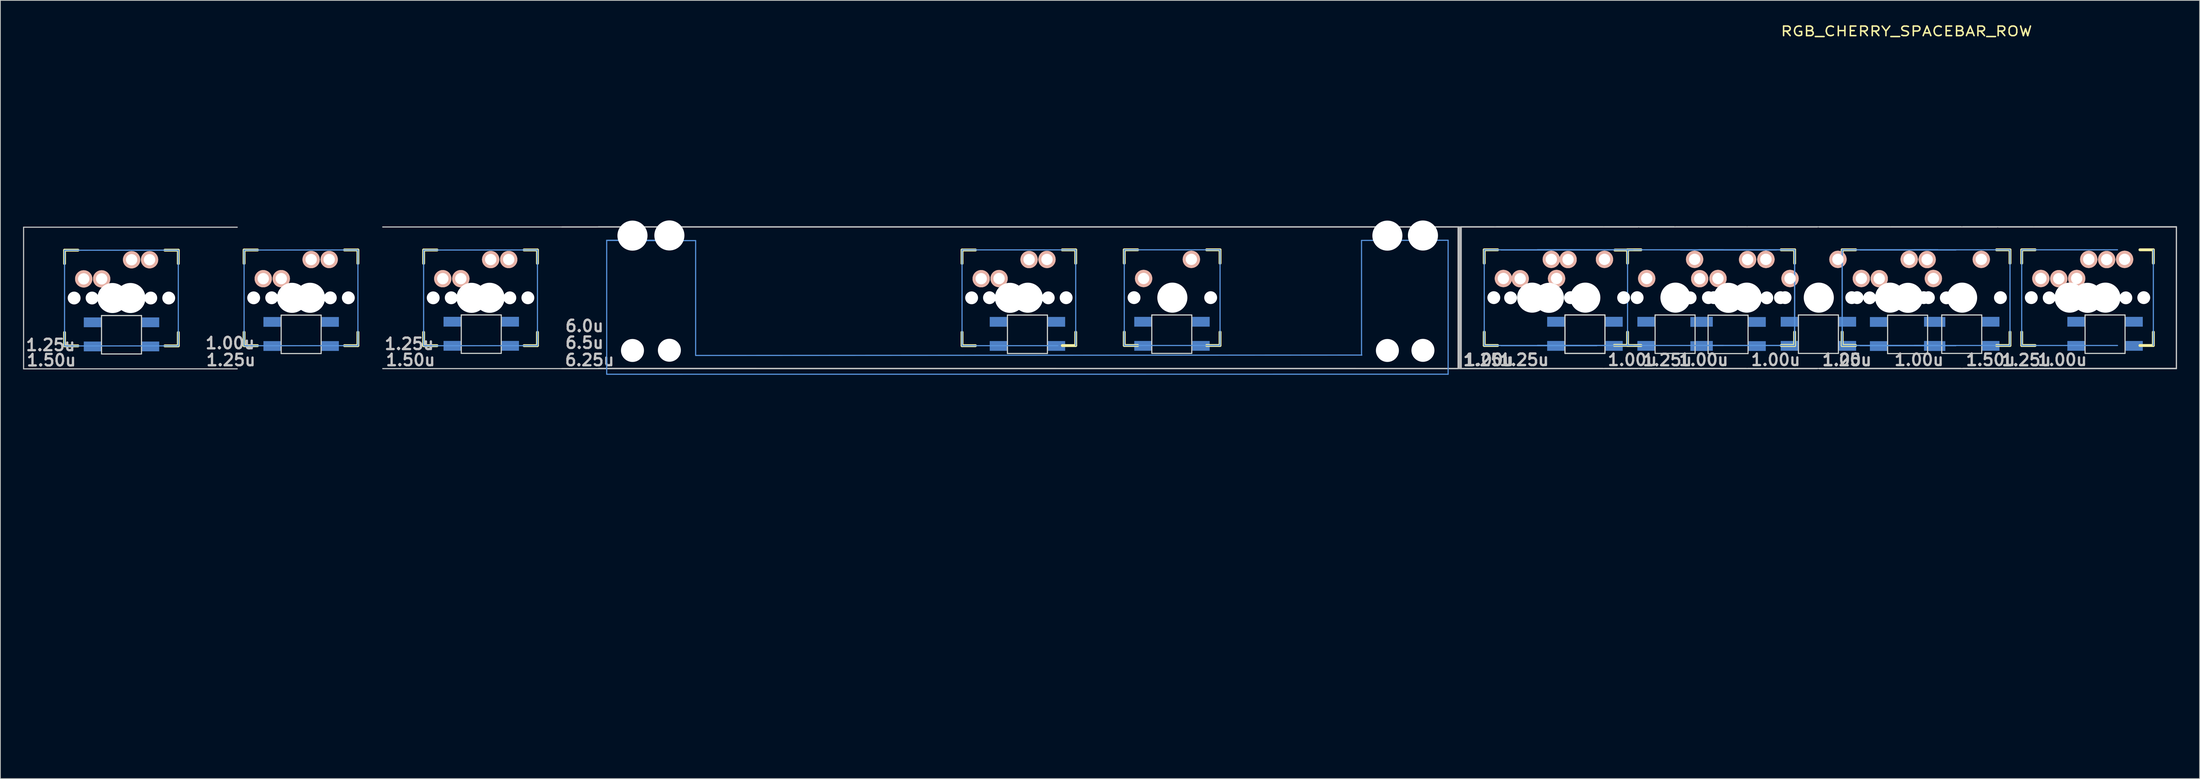
<source format=kicad_pcb>
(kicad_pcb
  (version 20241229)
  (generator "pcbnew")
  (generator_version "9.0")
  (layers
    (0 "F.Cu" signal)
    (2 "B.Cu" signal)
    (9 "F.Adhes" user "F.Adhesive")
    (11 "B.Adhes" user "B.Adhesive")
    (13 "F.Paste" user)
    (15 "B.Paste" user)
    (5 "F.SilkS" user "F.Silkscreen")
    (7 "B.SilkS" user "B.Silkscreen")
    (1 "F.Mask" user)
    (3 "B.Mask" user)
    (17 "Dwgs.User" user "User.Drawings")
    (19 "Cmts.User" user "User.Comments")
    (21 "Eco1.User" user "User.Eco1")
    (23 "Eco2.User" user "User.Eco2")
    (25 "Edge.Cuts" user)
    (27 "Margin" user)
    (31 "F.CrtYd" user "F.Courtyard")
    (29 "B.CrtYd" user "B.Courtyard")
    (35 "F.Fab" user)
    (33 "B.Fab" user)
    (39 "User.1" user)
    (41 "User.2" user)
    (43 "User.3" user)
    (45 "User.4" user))
  (footprint "RGB_CHERRY_SPACEBAR_ROW"
    (layer "F.Cu")
    (at 188.627 97.035)
    (property "Reference" "RGB_CHERRY_SPACEBAR_ROW" (at 61.055 -95.935 0) (layer "F.SilkS") (effects (font (size 1.27 1.524) (thickness 0.203))))
    (attr through_hole)
    (fp_line (start -183.12 -66.885) (end -181.342 -66.885) (stroke (width 0.381) (type solid)) (layer "F.SilkS"))
    (fp_line (start -183.12 -65.107) (end -183.12 -66.885) (stroke (width 0.381) (type solid)) (layer "F.SilkS"))
    (fp_line (start -183.12 -54.185) (end -183.12 -55.963) (stroke (width 0.381) (type solid)) (layer "F.SilkS"))
    (fp_line (start -181.342 -54.185) (end -183.12 -54.185) (stroke (width 0.381) (type solid)) (layer "F.SilkS"))
    (fp_line (start -169.818 -66.885) (end -168.04 -66.885) (stroke (width 0.381) (type solid)) (layer "F.SilkS"))
    (fp_line (start -168.04 -66.885) (end -168.04 -65.107) (stroke (width 0.381) (type solid)) (layer "F.SilkS"))
    (fp_line (start -168.04 -55.963) (end -168.04 -54.185) (stroke (width 0.381) (type solid)) (layer "F.SilkS"))
    (fp_line (start -168.04 -54.185) (end -169.818 -54.185) (stroke (width 0.381) (type solid)) (layer "F.SilkS"))
    (fp_line (start -159.32 -66.91) (end -157.542 -66.91) (stroke (width 0.381) (type solid)) (layer "F.SilkS"))
    (fp_line (start -159.32 -65.132) (end -159.32 -66.91) (stroke (width 0.381) (type solid)) (layer "F.SilkS"))
    (fp_line (start -159.32 -54.21) (end -159.32 -55.988) (stroke (width 0.381) (type solid)) (layer "F.SilkS"))
    (fp_line (start -157.542 -54.21) (end -159.32 -54.21) (stroke (width 0.381) (type solid)) (layer "F.SilkS"))
    (fp_line (start -146.008 -66.915) (end -144.23 -66.915) (stroke (width 0.381) (type solid)) (layer "F.SilkS"))
    (fp_line (start -144.23 -66.915) (end -144.23 -65.137) (stroke (width 0.381) (type solid)) (layer "F.SilkS"))
    (fp_line (start -144.23 -55.993) (end -144.23 -54.215) (stroke (width 0.381) (type solid)) (layer "F.SilkS"))
    (fp_line (start -144.23 -54.215) (end -146.008 -54.215) (stroke (width 0.381) (type solid)) (layer "F.SilkS"))
    (fp_line (start -135.52 -66.91) (end -133.742 -66.91) (stroke (width 0.381) (type solid)) (layer "F.SilkS"))
    (fp_line (start -135.52 -65.132) (end -135.52 -66.91) (stroke (width 0.381) (type solid)) (layer "F.SilkS"))
    (fp_line (start -135.52 -54.21) (end -135.52 -55.988) (stroke (width 0.381) (type solid)) (layer "F.SilkS"))
    (fp_line (start -133.742 -54.21) (end -135.52 -54.21) (stroke (width 0.381) (type solid)) (layer "F.SilkS"))
    (fp_line (start -122.208 -66.915) (end -120.43 -66.915) (stroke (width 0.381) (type solid)) (layer "F.SilkS"))
    (fp_line (start -120.43 -66.915) (end -120.43 -65.137) (stroke (width 0.381) (type solid)) (layer "F.SilkS"))
    (fp_line (start -120.43 -55.993) (end -120.43 -54.215) (stroke (width 0.381) (type solid)) (layer "F.SilkS"))
    (fp_line (start -120.43 -54.215) (end -122.208 -54.215) (stroke (width 0.381) (type solid)) (layer "F.SilkS"))
    (fp_line (start -64.145 -66.91) (end -62.367 -66.91) (stroke (width 0.381) (type solid)) (layer "F.SilkS"))
    (fp_line (start -64.145 -65.132) (end -64.145 -66.91) (stroke (width 0.381) (type solid)) (layer "F.SilkS"))
    (fp_line (start -64.145 -54.21) (end -64.145 -55.988) (stroke (width 0.381) (type solid)) (layer "F.SilkS"))
    (fp_line (start -62.367 -54.21) (end -64.145 -54.21) (stroke (width 0.381) (type solid)) (layer "F.SilkS"))
    (fp_line (start -50.853 -66.925) (end -49.075 -66.925) (stroke (width 0.381) (type solid)) (layer "F.SilkS"))
    (fp_line (start -49.075 -66.925) (end -49.075 -65.147) (stroke (width 0.381) (type solid)) (layer "F.SilkS"))
    (fp_line (start -49.075 -56.003) (end -49.075 -54.225) (stroke (width 0.381) (type solid)) (layer "F.SilkS"))
    (fp_line (start -49.075 -54.225) (end -50.853 -54.225) (stroke (width 0.381) (type solid)) (layer "F.SilkS"))
    (fp_line (start -42.64 -66.935) (end -40.862 -66.935) (stroke (width 0.381) (type solid)) (layer "F.SilkS"))
    (fp_line (start -42.64 -65.157) (end -42.64 -66.935) (stroke (width 0.381) (type solid)) (layer "F.SilkS"))
    (fp_line (start -42.64 -54.235) (end -42.64 -56.013) (stroke (width 0.381) (type solid)) (layer "F.SilkS"))
    (fp_line (start -40.862 -54.235) (end -42.64 -54.235) (stroke (width 0.381) (type solid)) (layer "F.SilkS"))
    (fp_line (start -31.718 -66.935) (end -29.94 -66.935) (stroke (width 0.381) (type solid)) (layer "F.SilkS"))
    (fp_line (start -29.94 -66.935) (end -29.94 -65.157) (stroke (width 0.381) (type solid)) (layer "F.SilkS"))
    (fp_line (start -29.94 -56.013) (end -29.94 -54.235) (stroke (width 0.381) (type solid)) (layer "F.SilkS"))
    (fp_line (start -29.94 -54.235) (end -31.718 -54.235) (stroke (width 0.381) (type solid)) (layer "F.SilkS"))
    (fp_line (start 5.08 -66.935) (end 6.858 -66.935) (stroke (width 0.381) (type solid)) (layer "F.SilkS"))
    (fp_line (start 5.08 -65.157) (end 5.08 -66.935) (stroke (width 0.381) (type solid)) (layer "F.SilkS"))
    (fp_line (start 5.08 -54.235) (end 5.08 -56.013) (stroke (width 0.381) (type solid)) (layer "F.SilkS"))
    (fp_line (start 6.858 -54.235) (end 5.08 -54.235) (stroke (width 0.381) (type solid)) (layer "F.SilkS"))
    (fp_line (start 22.4 -66.9) (end 24.178 -66.9) (stroke (width 0.381) (type solid)) (layer "F.SilkS"))
    (fp_line (start 24.08 -66.935) (end 25.858 -66.935) (stroke (width 0.381) (type solid)) (layer "F.SilkS"))
    (fp_line (start 24.08 -65.157) (end 24.08 -66.935) (stroke (width 0.381) (type solid)) (layer "F.SilkS"))
    (fp_line (start 24.08 -54.235) (end 24.08 -56.013) (stroke (width 0.381) (type solid)) (layer "F.SilkS"))
    (fp_line (start 24.103 -54.25) (end 22.325 -54.25) (stroke (width 0.381) (type solid)) (layer "F.SilkS"))
    (fp_line (start 25.858 -54.235) (end 24.08 -54.235) (stroke (width 0.381) (type solid)) (layer "F.SilkS"))
    (fp_line (start 44.452 -66.935) (end 46.23 -66.935) (stroke (width 0.381) (type solid)) (layer "F.SilkS"))
    (fp_line (start 44.452 -66.935) (end 46.23 -66.935) (stroke (width 0.381) (type solid)) (layer "F.SilkS"))
    (fp_line (start 46.23 -66.935) (end 46.23 -65.157) (stroke (width 0.381) (type solid)) (layer "F.SilkS"))
    (fp_line (start 46.23 -66.935) (end 46.23 -65.157) (stroke (width 0.381) (type solid)) (layer "F.SilkS"))
    (fp_line (start 46.23 -56.013) (end 46.23 -54.235) (stroke (width 0.381) (type solid)) (layer "F.SilkS"))
    (fp_line (start 46.23 -56.013) (end 46.23 -54.235) (stroke (width 0.381) (type solid)) (layer "F.SilkS"))
    (fp_line (start 46.23 -54.235) (end 44.452 -54.235) (stroke (width 0.381) (type solid)) (layer "F.SilkS"))
    (fp_line (start 46.23 -54.235) (end 44.452 -54.235) (stroke (width 0.381) (type solid)) (layer "F.SilkS"))
    (fp_line (start 52.53 -66.935) (end 54.308 -66.935) (stroke (width 0.381) (type solid)) (layer "F.SilkS"))
    (fp_line (start 52.53 -66.935) (end 54.308 -66.935) (stroke (width 0.381) (type solid)) (layer "F.SilkS"))
    (fp_line (start 52.53 -65.157) (end 52.53 -66.935) (stroke (width 0.381) (type solid)) (layer "F.SilkS"))
    (fp_line (start 52.53 -65.157) (end 52.53 -66.935) (stroke (width 0.381) (type solid)) (layer "F.SilkS"))
    (fp_line (start 52.53 -54.235) (end 52.53 -56.013) (stroke (width 0.381) (type solid)) (layer "F.SilkS"))
    (fp_line (start 52.53 -54.235) (end 52.53 -56.013) (stroke (width 0.381) (type solid)) (layer "F.SilkS"))
    (fp_line (start 54.308 -54.235) (end 52.53 -54.235) (stroke (width 0.381) (type solid)) (layer "F.SilkS"))
    (fp_line (start 54.308 -54.235) (end 52.53 -54.235) (stroke (width 0.381) (type solid)) (layer "F.SilkS"))
    (fp_line (start 73.002 -66.935) (end 74.78 -66.935) (stroke (width 0.381) (type solid)) (layer "F.SilkS"))
    (fp_line (start 74.78 -66.935) (end 74.78 -65.157) (stroke (width 0.381) (type solid)) (layer "F.SilkS"))
    (fp_line (start 74.78 -56.013) (end 74.78 -54.235) (stroke (width 0.381) (type solid)) (layer "F.SilkS"))
    (fp_line (start 74.78 -54.235) (end 73.002 -54.235) (stroke (width 0.381) (type solid)) (layer "F.SilkS"))
    (fp_line (start 76.33 -66.935) (end 78.108 -66.935) (stroke (width 0.381) (type solid)) (layer "F.SilkS"))
    (fp_line (start 76.33 -65.157) (end 76.33 -66.935) (stroke (width 0.381) (type solid)) (layer "F.SilkS"))
    (fp_line (start 76.33 -54.235) (end 76.33 -56.013) (stroke (width 0.381) (type solid)) (layer "F.SilkS"))
    (fp_line (start 78.108 -54.235) (end 76.33 -54.235) (stroke (width 0.381) (type solid)) (layer "F.SilkS"))
    (fp_line (start 92.002 -66.935) (end 93.78 -66.935) (stroke (width 0.381) (type solid)) (layer "F.SilkS"))
    (fp_line (start 93.78 -66.935) (end 93.78 -65.157) (stroke (width 0.381) (type solid)) (layer "F.SilkS"))
    (fp_line (start 93.78 -56.013) (end 93.78 -54.235) (stroke (width 0.381) (type solid)) (layer "F.SilkS"))
    (fp_line (start 93.78 -54.235) (end 92.002 -54.235) (stroke (width 0.381) (type solid)) (layer "F.SilkS"))
    (fp_line (start -188.55 -69.933) (end -160.23 -69.933) (stroke (width 0.152) (type solid)) (layer "Dwgs.User"))
    (fp_line (start -188.55 -51.137) (end -188.55 -69.933) (stroke (width 0.152) (type solid)) (layer "Dwgs.User"))
    (fp_line (start -160.23 -51.137) (end -188.55 -51.137) (stroke (width 0.152) (type solid)) (layer "Dwgs.User"))
    (fp_line (start -140.94 -69.963) (end -112.62 -69.963) (stroke (width 0.152) (type solid)) (layer "Dwgs.User"))
    (fp_line (start -117.201 -69.958) (end 1.611 -69.958) (stroke (width 0.152) (type solid)) (layer "Dwgs.User"))
    (fp_line (start -117.172 -69.973) (end 6.322 -69.973) (stroke (width 0.152) (type solid)) (layer "Dwgs.User"))
    (fp_line (start -112.62 -51.167) (end -140.94 -51.167) (stroke (width 0.152) (type solid)) (layer "Dwgs.User"))
    (fp_line (start -112.349 -69.983) (end 1.71 -69.983) (stroke (width 0.152) (type solid)) (layer "Dwgs.User"))
    (fp_line (start 1.611 -69.958) (end 1.611 -51.162) (stroke (width 0.152) (type solid)) (layer "Dwgs.User"))
    (fp_line (start 1.611 -51.162) (end -117.201 -51.162) (stroke (width 0.152) (type solid)) (layer "Dwgs.User"))
    (fp_line (start 1.71 -69.983) (end 1.71 -51.187) (stroke (width 0.152) (type solid)) (layer "Dwgs.User"))
    (fp_line (start 1.71 -51.187) (end -112.35 -51.195) (stroke (width 0.152) (type solid)) (layer "Dwgs.User"))
    (fp_line (start 1.874 -69.958) (end 25.436 -69.958) (stroke (width 0.152) (type solid)) (layer "Dwgs.User"))
    (fp_line (start 1.874 -51.162) (end 1.874 -69.958) (stroke (width 0.152) (type solid)) (layer "Dwgs.User"))
    (fp_line (start 1.919 -69.983) (end 30.241 -69.983) (stroke (width 0.152) (type solid)) (layer "Dwgs.User"))
    (fp_line (start 2.032 -69.983) (end 20.828 -69.983) (stroke (width 0.152) (type solid)) (layer "Dwgs.User"))
    (fp_line (start 2.032 -51.187) (end 2.032 -69.983) (stroke (width 0.152) (type solid)) (layer "Dwgs.User"))
    (fp_line (start 6.322 -51.177) (end -117.172 -51.177) (stroke (width 0.152) (type solid)) (layer "Dwgs.User"))
    (fp_line (start 6.699 -69.983) (end 30.261 -69.983) (stroke (width 0.152) (type solid)) (layer "Dwgs.User"))
    (fp_line (start 20.828 -51.187) (end 2.032 -51.187) (stroke (width 0.152) (type solid)) (layer "Dwgs.User"))
    (fp_line (start 21.032 -69.983) (end 39.828 -69.983) (stroke (width 0.152) (type solid)) (layer "Dwgs.User"))
    (fp_line (start 25.436 -51.162) (end 1.874 -51.162) (stroke (width 0.152) (type solid)) (layer "Dwgs.User"))
    (fp_line (start 25.674 -69.958) (end 49.236 -69.958) (stroke (width 0.152) (type solid)) (layer "Dwgs.User"))
    (fp_line (start 30.261 -51.187) (end 6.699 -51.187) (stroke (width 0.152) (type solid)) (layer "Dwgs.User"))
    (fp_line (start 30.482 -69.983) (end 49.278 -69.983) (stroke (width 0.152) (type solid)) (layer "Dwgs.User"))
    (fp_line (start 39.828 -51.187) (end 21.032 -51.187) (stroke (width 0.152) (type solid)) (layer "Dwgs.User"))
    (fp_line (start 40.032 -69.983) (end 58.828 -69.983) (stroke (width 0.152) (type solid)) (layer "Dwgs.User"))
    (fp_line (start 49.236 -51.162) (end 25.674 -51.162) (stroke (width 0.152) (type solid)) (layer "Dwgs.User"))
    (fp_line (start 49.278 -51.187) (end 30.482 -51.187) (stroke (width 0.152) (type solid)) (layer "Dwgs.User"))
    (fp_line (start 49.474 -69.958) (end 73.036 -69.958) (stroke (width 0.152) (type solid)) (layer "Dwgs.User"))
    (fp_line (start 49.482 -69.983) (end 68.278 -69.983) (stroke (width 0.152) (type solid)) (layer "Dwgs.User"))
    (fp_line (start 49.482 -69.983) (end 68.278 -69.983) (stroke (width 0.152) (type solid)) (layer "Dwgs.User"))
    (fp_line (start 58.828 -51.187) (end 40.032 -51.187) (stroke (width 0.152) (type solid)) (layer "Dwgs.User"))
    (fp_line (start 59.032 -69.983) (end 77.828 -69.983) (stroke (width 0.152) (type solid)) (layer "Dwgs.User"))
    (fp_line (start 68.278 -51.187) (end 49.482 -51.187) (stroke (width 0.152) (type solid)) (layer "Dwgs.User"))
    (fp_line (start 68.278 -51.187) (end 49.482 -51.187) (stroke (width 0.152) (type solid)) (layer "Dwgs.User"))
    (fp_line (start 68.519 -69.983) (end 96.841 -69.983) (stroke (width 0.152) (type solid)) (layer "Dwgs.User"))
    (fp_line (start 68.519 -69.983) (end 96.841 -69.983) (stroke (width 0.152) (type solid)) (layer "Dwgs.User"))
    (fp_line (start 73.036 -51.162) (end 49.474 -51.162) (stroke (width 0.152) (type solid)) (layer "Dwgs.User"))
    (fp_line (start 73.274 -69.958) (end 96.836 -69.958) (stroke (width 0.152) (type solid)) (layer "Dwgs.User"))
    (fp_line (start 77.828 -51.187) (end 59.032 -51.187) (stroke (width 0.152) (type solid)) (layer "Dwgs.User"))
    (fp_line (start 78.032 -69.983) (end 96.828 -69.983) (stroke (width 0.152) (type solid)) (layer "Dwgs.User"))
    (fp_line (start 96.828 -69.983) (end 96.828 -51.187) (stroke (width 0.152) (type solid)) (layer "Dwgs.User"))
    (fp_line (start 96.828 -51.187) (end 78.032 -51.187) (stroke (width 0.152) (type solid)) (layer "Dwgs.User"))
    (fp_line (start 96.836 -69.958) (end 96.836 -51.162) (stroke (width 0.152) (type solid)) (layer "Dwgs.User"))
    (fp_line (start 96.836 -69.958) (end 96.836 -51.162) (stroke (width 0.152) (type solid)) (layer "Dwgs.User"))
    (fp_line (start 96.836 -51.162) (end 73.274 -51.162) (stroke (width 0.152) (type solid)) (layer "Dwgs.User"))
    (fp_line (start 96.841 -69.983) (end 96.841 -51.187) (stroke (width 0.152) (type solid)) (layer "Dwgs.User"))
    (fp_line (start 96.841 -69.983) (end 96.841 -51.187) (stroke (width 0.152) (type solid)) (layer "Dwgs.User"))
    (fp_line (start 96.841 -51.187) (end 68.519 -51.187) (stroke (width 0.152) (type solid)) (layer "Dwgs.User"))
    (fp_line (start 96.841 -51.187) (end 68.519 -51.187) (stroke (width 0.152) (type solid)) (layer "Dwgs.User"))
    (fp_line (start -183.12 -54.185) (end -183.12 -66.885) (stroke (width 0.152) (type solid)) (layer "Cmts.User"))
    (fp_line (start -183.1 -66.875) (end -168.04 -66.885) (stroke (width 0.152) (type solid)) (layer "Cmts.User"))
    (fp_line (start -168.04 -66.885) (end -168.04 -54.185) (stroke (width 0.152) (type solid)) (layer "Cmts.User"))
    (fp_line (start -168.04 -54.185) (end -183.125 -54.175) (stroke (width 0.152) (type solid)) (layer "Cmts.User"))
    (fp_line (start -159.325 -66.9) (end -144.23 -66.915) (stroke (width 0.152) (type solid)) (layer "Cmts.User"))
    (fp_line (start -159.32 -54.21) (end -159.32 -66.91) (stroke (width 0.152) (type solid)) (layer "Cmts.User"))
    (fp_line (start -144.23 -66.915) (end -144.23 -54.215) (stroke (width 0.152) (type solid)) (layer "Cmts.User"))
    (fp_line (start -144.23 -54.215) (end -159.3 -54.2) (stroke (width 0.152) (type solid)) (layer "Cmts.User"))
    (fp_line (start -135.525 -66.9) (end -120.43 -66.915) (stroke (width 0.152) (type solid)) (layer "Cmts.User"))
    (fp_line (start -135.52 -54.21) (end -135.52 -66.91) (stroke (width 0.152) (type solid)) (layer "Cmts.User"))
    (fp_line (start -120.43 -66.915) (end -120.43 -54.215) (stroke (width 0.152) (type solid)) (layer "Cmts.User"))
    (fp_line (start -120.43 -54.215) (end -135.5 -54.2) (stroke (width 0.152) (type solid)) (layer "Cmts.User"))
    (fp_line (start -111.25 -68.2) (end -111.25 -50.42) (stroke (width 0.152) (type solid)) (layer "Cmts.User"))
    (fp_line (start -111.25 -50.42) (end 0.3 -50.425) (stroke (width 0.152) (type solid)) (layer "Cmts.User"))
    (fp_line (start -104.404 -68.18) (end -111.262 -68.18) (stroke (width 0.152) (type solid)) (layer "Cmts.User"))
    (fp_line (start -104.284 -68.195) (end -111.142 -68.195) (stroke (width 0.152) (type solid)) (layer "Cmts.User"))
    (fp_line (start -99.46 -68.154) (end -106.318 -68.154) (stroke (width 0.152) (type solid)) (layer "Cmts.User"))
    (fp_line (start -99.46 -52.914) (end -99.46 -68.154) (stroke (width 0.152) (type solid)) (layer "Cmts.User"))
    (fp_line (start -64.15 -66.925) (end -49.075 -66.925) (stroke (width 0.152) (type solid)) (layer "Cmts.User"))
    (fp_line (start -64.145 -54.21) (end -64.145 -66.91) (stroke (width 0.152) (type solid)) (layer "Cmts.User"))
    (fp_line (start -51.445 -54.21) (end -64.145 -54.21) (stroke (width 0.152) (type solid)) (layer "Cmts.User"))
    (fp_line (start -49.075 -66.925) (end -49.075 -54.225) (stroke (width 0.152) (type solid)) (layer "Cmts.User"))
    (fp_line (start -42.64 -66.935) (end -29.94 -66.935) (stroke (width 0.152) (type solid)) (layer "Cmts.User"))
    (fp_line (start -42.64 -54.235) (end -42.64 -66.935) (stroke (width 0.152) (type solid)) (layer "Cmts.User"))
    (fp_line (start -29.94 -66.935) (end -29.94 -54.235) (stroke (width 0.152) (type solid)) (layer "Cmts.User"))
    (fp_line (start -29.94 -54.235) (end -42.64 -54.235) (stroke (width 0.152) (type solid)) (layer "Cmts.User"))
    (fp_line (start -11.186 -68.18) (end -11.186 -52.94) (stroke (width 0.152) (type solid)) (layer "Cmts.User"))
    (fp_line (start -11.144 -52.965) (end -99.435 -52.914) (stroke (width 0.152) (type solid)) (layer "Cmts.User"))
    (fp_line (start 0.292 -50.415) (end 0.292 -68.195) (stroke (width 0.152) (type solid)) (layer "Cmts.User"))
    (fp_line (start 0.3 -68.2) (end -11.186 -68.18) (stroke (width 0.152) (type solid)) (layer "Cmts.User"))
    (fp_line (start 5.08 -66.935) (end 17.78 -66.935) (stroke (width 0.152) (type solid)) (layer "Cmts.User"))
    (fp_line (start 5.08 -54.235) (end 5.08 -66.935) (stroke (width 0.152) (type solid)) (layer "Cmts.User"))
    (fp_line (start 7.305 -66.91) (end 20.005 -66.91) (stroke (width 0.152) (type solid)) (layer "Cmts.User"))
    (fp_line (start 12.13 -66.935) (end 24.83 -66.935) (stroke (width 0.152) (type solid)) (layer "Cmts.User"))
    (fp_line (start 12.13 -66.935) (end 24.83 -66.935) (stroke (width 0.152) (type solid)) (layer "Cmts.User"))
    (fp_line (start 17.78 -54.235) (end 5.08 -54.235) (stroke (width 0.152) (type solid)) (layer "Cmts.User"))
    (fp_line (start 20.005 -54.21) (end 7.305 -54.21) (stroke (width 0.152) (type solid)) (layer "Cmts.User"))
    (fp_line (start 24.08 -66.935) (end 36.78 -66.935) (stroke (width 0.152) (type solid)) (layer "Cmts.User"))
    (fp_line (start 24.08 -54.235) (end 24.08 -66.935) (stroke (width 0.152) (type solid)) (layer "Cmts.User"))
    (fp_line (start 24.83 -54.235) (end 12.13 -54.235) (stroke (width 0.152) (type solid)) (layer "Cmts.User"))
    (fp_line (start 24.83 -54.235) (end 12.13 -54.235) (stroke (width 0.152) (type solid)) (layer "Cmts.User"))
    (fp_line (start 31.105 -66.91) (end 43.805 -66.91) (stroke (width 0.152) (type solid)) (layer "Cmts.User"))
    (fp_line (start 33.53 -66.935) (end 46.23 -66.935) (stroke (width 0.152) (type solid)) (layer "Cmts.User"))
    (fp_line (start 33.53 -66.935) (end 46.23 -66.935) (stroke (width 0.152) (type solid)) (layer "Cmts.User"))
    (fp_line (start 36.78 -54.235) (end 24.08 -54.235) (stroke (width 0.152) (type solid)) (layer "Cmts.User"))
    (fp_line (start 46.23 -66.935) (end 46.23 -54.235) (stroke (width 0.152) (type solid)) (layer "Cmts.User"))
    (fp_line (start 46.23 -66.935) (end 46.23 -54.235) (stroke (width 0.152) (type solid)) (layer "Cmts.User"))
    (fp_line (start 46.23 -54.235) (end 33.53 -54.235) (stroke (width 0.152) (type solid)) (layer "Cmts.User"))
    (fp_line (start 46.23 -54.235) (end 33.53 -54.235) (stroke (width 0.152) (type solid)) (layer "Cmts.User"))
    (fp_line (start 52.53 -66.935) (end 65.23 -66.935) (stroke (width 0.152) (type solid)) (layer "Cmts.User"))
    (fp_line (start 52.53 -66.935) (end 65.23 -66.935) (stroke (width 0.152) (type solid)) (layer "Cmts.User"))
    (fp_line (start 52.53 -54.235) (end 52.53 -66.935) (stroke (width 0.152) (type solid)) (layer "Cmts.User"))
    (fp_line (start 52.53 -54.235) (end 52.53 -66.935) (stroke (width 0.152) (type solid)) (layer "Cmts.User"))
    (fp_line (start 54.905 -66.91) (end 67.605 -66.91) (stroke (width 0.152) (type solid)) (layer "Cmts.User"))
    (fp_line (start 62.08 -66.935) (end 74.78 -66.935) (stroke (width 0.152) (type solid)) (layer "Cmts.User"))
    (fp_line (start 65.23 -54.235) (end 52.53 -54.235) (stroke (width 0.152) (type solid)) (layer "Cmts.User"))
    (fp_line (start 65.23 -54.235) (end 52.53 -54.235) (stroke (width 0.152) (type solid)) (layer "Cmts.User"))
    (fp_line (start 67.605 -54.21) (end 54.905 -54.21) (stroke (width 0.152) (type solid)) (layer "Cmts.User"))
    (fp_line (start 74.78 -66.935) (end 74.78 -54.235) (stroke (width 0.152) (type solid)) (layer "Cmts.User"))
    (fp_line (start 74.78 -54.235) (end 62.08 -54.235) (stroke (width 0.152) (type solid)) (layer "Cmts.User"))
    (fp_line (start 76.33 -66.935) (end 89.03 -66.935) (stroke (width 0.152) (type solid)) (layer "Cmts.User"))
    (fp_line (start 76.33 -54.235) (end 76.33 -66.935) (stroke (width 0.152) (type solid)) (layer "Cmts.User"))
    (fp_line (start 89.03 -54.235) (end 76.33 -54.235) (stroke (width 0.152) (type solid)) (layer "Cmts.User"))
    (fp_line (start 93.78 -66.935) (end 93.78 -54.235) (stroke (width 0.152) (type solid)) (layer "Cmts.User"))
    (fp_line (start -183.755 -67.52) (end -169.785 -67.52) (stroke (width 0.152) (type solid)) (layer "Eco2.User"))
    (fp_line (start -183.755 -53.55) (end -183.755 -67.52) (stroke (width 0.152) (type solid)) (layer "Eco2.User"))
    (fp_line (start -181.375 -67.52) (end -167.405 -67.52) (stroke (width 0.152) (type solid)) (layer "Eco2.User"))
    (fp_line (start -169.785 -53.55) (end -183.755 -53.55) (stroke (width 0.152) (type solid)) (layer "Eco2.User"))
    (fp_line (start -167.405 -67.52) (end -167.405 -53.55) (stroke (width 0.152) (type solid)) (layer "Eco2.User"))
    (fp_line (start -167.405 -53.55) (end -181.375 -53.55) (stroke (width 0.152) (type solid)) (layer "Eco2.User"))
    (fp_line (start -159.955 -53.575) (end -159.955 -67.545) (stroke (width 0.152) (type solid)) (layer "Eco2.User"))
    (fp_line (start -159.95 -67.55) (end -143.595 -67.55) (stroke (width 0.152) (type solid)) (layer "Eco2.User"))
    (fp_line (start -143.595 -67.55) (end -143.595 -53.58) (stroke (width 0.152) (type solid)) (layer "Eco2.User"))
    (fp_line (start -143.595 -53.58) (end -159.95 -53.575) (stroke (width 0.152) (type solid)) (layer "Eco2.User"))
    (fp_line (start -136.155 -53.575) (end -136.155 -67.545) (stroke (width 0.152) (type solid)) (layer "Eco2.User"))
    (fp_line (start -136.15 -67.55) (end -119.795 -67.55) (stroke (width 0.152) (type solid)) (layer "Eco2.User"))
    (fp_line (start -119.795 -67.55) (end -119.795 -53.58) (stroke (width 0.152) (type solid)) (layer "Eco2.User"))
    (fp_line (start -119.795 -53.58) (end -136.15 -53.575) (stroke (width 0.152) (type solid)) (layer "Eco2.User"))
    (fp_line (start -112.024 -62.846) (end -111.16 -62.846) (stroke (width 0.152) (type solid)) (layer "Eco2.User"))
    (fp_line (start -112.024 -60.052) (end -112.024 -62.846) (stroke (width 0.152) (type solid)) (layer "Eco2.User"))
    (fp_line (start -111.16 -66.25) (end -99.575 -66.225) (stroke (width 0.152) (type solid)) (layer "Eco2.User"))
    (fp_line (start -111.16 -62.846) (end -111.16 -66.25) (stroke (width 0.152) (type solid)) (layer "Eco2.User"))
    (fp_line (start -111.16 -60.052) (end -112.024 -60.052) (stroke (width 0.152) (type solid)) (layer "Eco2.User"))
    (fp_line (start -111.16 -53.956) (end -111.16 -60.052) (stroke (width 0.152) (type solid)) (layer "Eco2.User"))
    (fp_line (start -110.119 -53.956) (end -111.16 -53.956) (stroke (width 0.152) (type solid)) (layer "Eco2.User"))
    (fp_line (start -110.119 -52.788) (end -110.119 -53.956) (stroke (width 0.152) (type solid)) (layer "Eco2.User"))
    (fp_line (start -100.603 -53.93) (end -100.603 -52.762) (stroke (width 0.152) (type solid)) (layer "Eco2.User"))
    (fp_line (start -100.6 -52.8) (end -110.125 -52.8) (stroke (width 0.152) (type solid)) (layer "Eco2.User"))
    (fp_line (start -99.575 -62.825) (end -64.775 -62.85) (stroke (width 0.152) (type solid)) (layer "Eco2.User"))
    (fp_line (start -99.562 -66.224) (end -99.562 -62.82) (stroke (width 0.152) (type solid)) (layer "Eco2.User"))
    (fp_line (start -99.562 -58.248) (end -99.562 -53.93) (stroke (width 0.152) (type solid)) (layer "Eco2.User"))
    (fp_line (start -99.562 -53.93) (end -100.603 -53.93) (stroke (width 0.152) (type solid)) (layer "Eco2.User"))
    (fp_line (start -64.78 -67.545) (end -48.45 -67.55) (stroke (width 0.152) (type solid)) (layer "Eco2.User"))
    (fp_line (start -64.78 -62.846) (end -64.78 -67.545) (stroke (width 0.152) (type solid)) (layer "Eco2.User"))
    (fp_line (start -62.41 -53.59) (end -62.41 -58.289) (stroke (width 0.152) (type solid)) (layer "Eco2.User"))
    (fp_line (start -62.4 -58.275) (end -99.587 -58.299) (stroke (width 0.152) (type solid)) (layer "Eco2.User"))
    (fp_line (start -58.125 -53.55) (end -62.425 -53.55) (stroke (width 0.152) (type solid)) (layer "Eco2.User"))
    (fp_line (start -48.44 -67.56) (end -48.44 -62.861) (stroke (width 0.152) (type solid)) (layer "Eco2.User"))
    (fp_line (start -48.44 -58.289) (end -48.44 -53.59) (stroke (width 0.152) (type solid)) (layer "Eco2.User"))
    (fp_line (start -48.425 -62.875) (end -43.275 -62.875) (stroke (width 0.152) (type solid)) (layer "Eco2.User"))
    (fp_line (start -48.425 -53.6) (end -52.825 -53.6) (stroke (width 0.152) (type solid)) (layer "Eco2.User"))
    (fp_line (start -43.275 -67.57) (end -29.305 -67.57) (stroke (width 0.152) (type solid)) (layer "Eco2.User"))
    (fp_line (start -43.275 -62.871) (end -43.275 -67.57) (stroke (width 0.152) (type solid)) (layer "Eco2.User"))
    (fp_line (start -43.275 -53.6) (end -43.275 -58.299) (stroke (width 0.152) (type solid)) (layer "Eco2.User"))
    (fp_line (start -29.305 -67.57) (end -29.305 -62.871) (stroke (width 0.152) (type solid)) (layer "Eco2.User"))
    (fp_line (start -29.305 -58.299) (end -29.305 -53.6) (stroke (width 0.152) (type solid)) (layer "Eco2.User"))
    (fp_line (start -29.305 -53.6) (end -43.275 -53.6) (stroke (width 0.152) (type solid)) (layer "Eco2.User"))
    (fp_line (start -29.29 -62.885) (end -10.992 -62.871) (stroke (width 0.152) (type solid)) (layer "Eco2.User"))
    (fp_line (start -11.084 -62.846) (end -11.084 -66.25) (stroke (width 0.152) (type solid)) (layer "Eco2.User"))
    (fp_line (start -11.084 -58.274) (end -43.275 -58.275) (stroke (width 0.152) (type solid)) (layer "Eco2.User"))
    (fp_line (start -11.084 -53.956) (end -11.084 -58.274) (stroke (width 0.152) (type solid)) (layer "Eco2.User"))
    (fp_line (start -11.043 -58.299) (end -29.29 -58.285) (stroke (width 0.152) (type solid)) (layer "Eco2.User"))
    (fp_line (start -11.017 -62.973) (end -11.017 -66.376) (stroke (width 0.152) (type solid)) (layer "Eco2.User"))
    (fp_line (start -11.005 -66.375) (end 0.2 -66.375) (stroke (width 0.152) (type solid)) (layer "Eco2.User"))
    (fp_line (start -10.043 -53.956) (end -11.084 -53.956) (stroke (width 0.152) (type solid)) (layer "Eco2.User"))
    (fp_line (start -10.043 -52.788) (end -10.043 -53.956) (stroke (width 0.152) (type solid)) (layer "Eco2.User"))
    (fp_line (start -5.471 -52.788) (end -10.043 -52.788) (stroke (width 0.152) (type solid)) (layer "Eco2.User"))
    (fp_line (start -0.851 -53.971) (end -0.851 -52.803) (stroke (width 0.152) (type solid)) (layer "Eco2.User"))
    (fp_line (start -0.851 -52.803) (end -5.423 -52.803) (stroke (width 0.152) (type solid)) (layer "Eco2.User"))
    (fp_line (start 0.19 -66.265) (end 0.19 -62.861) (stroke (width 0.152) (type solid)) (layer "Eco2.User"))
    (fp_line (start 0.19 -62.861) (end 1.054 -62.861) (stroke (width 0.152) (type solid)) (layer "Eco2.User"))
    (fp_line (start 0.19 -60.067) (end 0.19 -53.971) (stroke (width 0.152) (type solid)) (layer "Eco2.User"))
    (fp_line (start 0.19 -53.971) (end -0.851 -53.971) (stroke (width 0.152) (type solid)) (layer "Eco2.User"))
    (fp_line (start 1.054 -62.861) (end 1.054 -60.067) (stroke (width 0.152) (type solid)) (layer "Eco2.User"))
    (fp_line (start 1.054 -60.067) (end 0.19 -60.067) (stroke (width 0.152) (type solid)) (layer "Eco2.User"))
    (fp_line (start 4.445 -67.57) (end 18.415 -67.57) (stroke (width 0.152) (type solid)) (layer "Eco2.User"))
    (fp_line (start 4.445 -53.6) (end 4.445 -67.57) (stroke (width 0.152) (type solid)) (layer "Eco2.User"))
    (fp_line (start 6.67 -67.545) (end 20.64 -67.545) (stroke (width 0.152) (type solid)) (layer "Eco2.User"))
    (fp_line (start 11.495 -67.57) (end 25.465 -67.57) (stroke (width 0.152) (type solid)) (layer "Eco2.User"))
    (fp_line (start 11.495 -67.57) (end 25.465 -67.57) (stroke (width 0.152) (type solid)) (layer "Eco2.User"))
    (fp_line (start 18.415 -53.6) (end 4.445 -53.6) (stroke (width 0.152) (type solid)) (layer "Eco2.User"))
    (fp_line (start 20.64 -53.575) (end 6.67 -53.575) (stroke (width 0.152) (type solid)) (layer "Eco2.User"))
    (fp_line (start 23.445 -67.57) (end 37.415 -67.57) (stroke (width 0.152) (type solid)) (layer "Eco2.User"))
    (fp_line (start 25.465 -53.6) (end 11.495 -53.6) (stroke (width 0.152) (type solid)) (layer "Eco2.User"))
    (fp_line (start 25.465 -53.6) (end 11.495 -53.6) (stroke (width 0.152) (type solid)) (layer "Eco2.User"))
    (fp_line (start 30.47 -67.545) (end 44.44 -67.545) (stroke (width 0.152) (type solid)) (layer "Eco2.User"))
    (fp_line (start 32.895 -67.57) (end 46.865 -67.57) (stroke (width 0.152) (type solid)) (layer "Eco2.User"))
    (fp_line (start 32.895 -67.57) (end 46.865 -67.57) (stroke (width 0.152) (type solid)) (layer "Eco2.User"))
    (fp_line (start 37.415 -53.6) (end 23.445 -53.6) (stroke (width 0.152) (type solid)) (layer "Eco2.User"))
    (fp_line (start 42.445 -67.57) (end 56.415 -67.57) (stroke (width 0.152) (type solid)) (layer "Eco2.User"))
    (fp_line (start 44.44 -53.575) (end 30.47 -53.575) (stroke (width 0.152) (type solid)) (layer "Eco2.User"))
    (fp_line (start 46.865 -53.6) (end 32.895 -53.6) (stroke (width 0.152) (type solid)) (layer "Eco2.User"))
    (fp_line (start 46.865 -53.6) (end 32.895 -53.6) (stroke (width 0.152) (type solid)) (layer "Eco2.User"))
    (fp_line (start 51.895 -67.57) (end 65.865 -67.57) (stroke (width 0.152) (type solid)) (layer "Eco2.User"))
    (fp_line (start 51.895 -67.57) (end 65.865 -67.57) (stroke (width 0.152) (type solid)) (layer "Eco2.User"))
    (fp_line (start 54.27 -67.545) (end 68.24 -67.545) (stroke (width 0.152) (type solid)) (layer "Eco2.User"))
    (fp_line (start 56.415 -53.6) (end 42.445 -53.6) (stroke (width 0.152) (type solid)) (layer "Eco2.User"))
    (fp_line (start 61.445 -67.57) (end 75.415 -67.57) (stroke (width 0.152) (type solid)) (layer "Eco2.User"))
    (fp_line (start 65.865 -53.6) (end 51.895 -53.6) (stroke (width 0.152) (type solid)) (layer "Eco2.User"))
    (fp_line (start 75.695 -67.57) (end 89.665 -67.57) (stroke (width 0.152) (type solid)) (layer "Eco2.User"))
    (fp_line (start 89.665 -53.6) (end 75.695 -53.6) (stroke (width 0.152) (type solid)) (layer "Eco2.User"))
    (fp_line (start 94.415 -67.57) (end 94.415 -53.6) (stroke (width 0.152) (type solid)) (layer "Eco2.User"))
    (fp_line (start -178.22 -58.21) (end -178.22 -53.11) (stroke (width 0.15) (type solid)) (layer "Edge.Cuts"))
    (fp_line (start -178.22 -58.21) (end -172.92 -58.21) (stroke (width 0.15) (type solid)) (layer "Edge.Cuts"))
    (fp_line (start -172.92 -58.21) (end -172.92 -53.11) (stroke (width 0.15) (type solid)) (layer "Edge.Cuts"))
    (fp_line (start -172.92 -53.11) (end -178.22 -53.11) (stroke (width 0.15) (type solid)) (layer "Edge.Cuts"))
    (fp_line (start -154.405 -58.265) (end -154.405 -53.165) (stroke (width 0.15) (type solid)) (layer "Edge.Cuts"))
    (fp_line (start -154.405 -58.265) (end -149.105 -58.265) (stroke (width 0.15) (type solid)) (layer "Edge.Cuts"))
    (fp_line (start -149.105 -58.265) (end -149.105 -53.165) (stroke (width 0.15) (type solid)) (layer "Edge.Cuts"))
    (fp_line (start -149.105 -53.165) (end -154.405 -53.165) (stroke (width 0.15) (type solid)) (layer "Edge.Cuts"))
    (fp_line (start -130.53 -58.29) (end -130.53 -53.19) (stroke (width 0.15) (type solid)) (layer "Edge.Cuts"))
    (fp_line (start -130.53 -58.29) (end -125.23 -58.29) (stroke (width 0.15) (type solid)) (layer "Edge.Cuts"))
    (fp_line (start -125.23 -58.29) (end -125.23 -53.19) (stroke (width 0.15) (type solid)) (layer "Edge.Cuts"))
    (fp_line (start -125.23 -53.19) (end -130.53 -53.19) (stroke (width 0.15) (type solid)) (layer "Edge.Cuts"))
    (fp_line (start -58.125 -58.275) (end -58.125 -53.175) (stroke (width 0.15) (type solid)) (layer "Edge.Cuts"))
    (fp_line (start -58.125 -58.275) (end -52.825 -58.275) (stroke (width 0.15) (type solid)) (layer "Edge.Cuts"))
    (fp_line (start -52.825 -58.275) (end -52.825 -53.175) (stroke (width 0.15) (type solid)) (layer "Edge.Cuts"))
    (fp_line (start -52.825 -53.175) (end -58.125 -53.175) (stroke (width 0.15) (type solid)) (layer "Edge.Cuts"))
    (fp_line (start -38.99 -58.285) (end -38.99 -53.185) (stroke (width 0.15) (type solid)) (layer "Edge.Cuts"))
    (fp_line (start -38.99 -58.285) (end -33.69 -58.285) (stroke (width 0.15) (type solid)) (layer "Edge.Cuts"))
    (fp_line (start -33.69 -58.285) (end -33.69 -53.185) (stroke (width 0.15) (type solid)) (layer "Edge.Cuts"))
    (fp_line (start -33.69 -53.185) (end -38.99 -53.185) (stroke (width 0.15) (type solid)) (layer "Edge.Cuts"))
    (fp_line (start 15.78 -58.285) (end 15.78 -53.185) (stroke (width 0.15) (type solid)) (layer "Edge.Cuts"))
    (fp_line (start 15.78 -58.285) (end 15.78 -53.185) (stroke (width 0.15) (type solid)) (layer "Edge.Cuts"))
    (fp_line (start 15.78 -58.285) (end 21.08 -58.285) (stroke (width 0.15) (type solid)) (layer "Edge.Cuts"))
    (fp_line (start 15.78 -58.285) (end 21.08 -58.285) (stroke (width 0.15) (type solid)) (layer "Edge.Cuts"))
    (fp_line (start 21.08 -58.285) (end 21.08 -53.185) (stroke (width 0.15) (type solid)) (layer "Edge.Cuts"))
    (fp_line (start 21.08 -58.285) (end 21.08 -53.185) (stroke (width 0.15) (type solid)) (layer "Edge.Cuts"))
    (fp_line (start 21.08 -53.185) (end 15.78 -53.185) (stroke (width 0.15) (type solid)) (layer "Edge.Cuts"))
    (fp_line (start 21.08 -53.185) (end 15.78 -53.185) (stroke (width 0.15) (type solid)) (layer "Edge.Cuts"))
    (fp_line (start 27.73 -58.285) (end 27.73 -53.185) (stroke (width 0.15) (type solid)) (layer "Edge.Cuts"))
    (fp_line (start 27.73 -58.285) (end 33.03 -58.285) (stroke (width 0.15) (type solid)) (layer "Edge.Cuts"))
    (fp_line (start 33.03 -58.285) (end 33.03 -53.185) (stroke (width 0.15) (type solid)) (layer "Edge.Cuts"))
    (fp_line (start 33.03 -53.185) (end 27.73 -53.185) (stroke (width 0.15) (type solid)) (layer "Edge.Cuts"))
    (fp_line (start 34.755 -58.26) (end 34.755 -53.16) (stroke (width 0.15) (type solid)) (layer "Edge.Cuts"))
    (fp_line (start 34.755 -58.26) (end 40.055 -58.26) (stroke (width 0.15) (type solid)) (layer "Edge.Cuts"))
    (fp_line (start 40.055 -58.26) (end 40.055 -53.16) (stroke (width 0.15) (type solid)) (layer "Edge.Cuts"))
    (fp_line (start 40.055 -53.16) (end 34.755 -53.16) (stroke (width 0.15) (type solid)) (layer "Edge.Cuts"))
    (fp_line (start 46.73 -58.285) (end 46.73 -53.185) (stroke (width 0.15) (type solid)) (layer "Edge.Cuts"))
    (fp_line (start 46.73 -58.285) (end 52.03 -58.285) (stroke (width 0.15) (type solid)) (layer "Edge.Cuts"))
    (fp_line (start 52.03 -58.285) (end 52.03 -53.185) (stroke (width 0.15) (type solid)) (layer "Edge.Cuts"))
    (fp_line (start 52.03 -53.185) (end 46.73 -53.185) (stroke (width 0.15) (type solid)) (layer "Edge.Cuts"))
    (fp_line (start 58.555 -58.26) (end 58.555 -53.16) (stroke (width 0.15) (type solid)) (layer "Edge.Cuts"))
    (fp_line (start 58.555 -58.26) (end 63.855 -58.26) (stroke (width 0.15) (type solid)) (layer "Edge.Cuts"))
    (fp_line (start 63.855 -58.26) (end 63.855 -53.16) (stroke (width 0.15) (type solid)) (layer "Edge.Cuts"))
    (fp_line (start 63.855 -53.16) (end 58.555 -53.16) (stroke (width 0.15) (type solid)) (layer "Edge.Cuts"))
    (fp_line (start 65.73 -58.285) (end 65.73 -53.185) (stroke (width 0.15) (type solid)) (layer "Edge.Cuts"))
    (fp_line (start 65.73 -58.285) (end 71.03 -58.285) (stroke (width 0.15) (type solid)) (layer "Edge.Cuts"))
    (fp_line (start 71.03 -58.285) (end 71.03 -53.185) (stroke (width 0.15) (type solid)) (layer "Edge.Cuts"))
    (fp_line (start 71.03 -53.185) (end 65.73 -53.185) (stroke (width 0.15) (type solid)) (layer "Edge.Cuts"))
    (fp_line (start 84.73 -58.285) (end 84.73 -53.185) (stroke (width 0.15) (type solid)) (layer "Edge.Cuts"))
    (fp_line (start 84.73 -58.285) (end 90.03 -58.285) (stroke (width 0.15) (type solid)) (layer "Edge.Cuts"))
    (fp_line (start 90.03 -58.285) (end 90.03 -53.185) (stroke (width 0.15) (type solid)) (layer "Edge.Cuts"))
    (fp_line (start 90.03 -53.185) (end 84.73 -53.185) (stroke (width 0.15) (type solid)) (layer "Edge.Cuts"))
    (fp_text user "1.00u" (at 34.165 -52.33 0) (layer "Dwgs.User") (effects (font (size 1.524 1.524) (thickness 0.305))))
    (fp_text user "1.25u" (at 29.357 -52.305 0) (layer "Dwgs.User") (effects (font (size 1.524 1.524) (thickness 0.305))))
    (fp_text user "1.25u" (at 5.557 -52.305 0) (layer "Dwgs.User") (effects (font (size 1.524 1.524) (thickness 0.305))))
    (fp_text user "1.50u" (at -137.257 -52.31 0) (layer "Dwgs.User") (effects (font (size 1.524 1.524) (thickness 0.305))))
    (fp_text user "1.00u" (at 53.165 -52.33 0) (layer "Dwgs.User") (effects (font (size 1.524 1.524) (thickness 0.305))))
    (fp_text user "1.25u" (at 10.382 -52.33 0) (layer "Dwgs.User") (effects (font (size 1.524 1.524) (thickness 0.305))))
    (fp_text user "1.00u" (at 53.165 -52.33 0) (layer "Dwgs.User") (effects (font (size 1.524 1.524) (thickness 0.305))))
    (fp_text user "1.50u" (at 72.203 -52.33 0) (layer "Dwgs.User") (effects (font (size 1.524 1.524) (thickness 0.305))))
    (fp_text user "1.00u" (at 34.165 -52.33 0) (layer "Dwgs.User") (effects (font (size 1.524 1.524) (thickness 0.305))))
    (fp_text user "1.25u" (at 53.157 -52.305 0) (layer "Dwgs.User") (effects (font (size 1.524 1.524) (thickness 0.305))))
    (fp_text user "1.00u" (at 62.715 -52.33 0) (layer "Dwgs.User") (effects (font (size 1.524 1.524) (thickness 0.305))))
    (fp_text user "1.00u" (at 81.715 -52.33 0) (layer "Dwgs.User") (effects (font (size 1.524 1.524) (thickness 0.305))))
    (fp_text user "6.25u" (at -113.518 -52.305 0) (layer "Dwgs.User") (effects (font (size 1.524 1.524) (thickness 0.305))))
    (fp_text user "6.0u" (at -114.2 -56.825 0) (layer "Dwgs.User") (effects (font (size 1.524 1.524) (thickness 0.305))))
    (fp_text user "1.50u" (at -184.868 -52.28 0) (layer "Dwgs.User") (effects (font (size 1.524 1.524) (thickness 0.305))))
    (fp_text user "1.25u" (at 76.957 -52.305 0) (layer "Dwgs.User") (effects (font (size 1.524 1.524) (thickness 0.305))))
    (fp_text user "1.00u" (at 43.715 -52.33 0) (layer "Dwgs.User") (effects (font (size 1.524 1.524) (thickness 0.305))))
    (fp_text user "1.25u" (at 76.957 -52.305 0) (layer "Dwgs.User") (effects (font (size 1.524 1.524) (thickness 0.305))))
    (fp_text user "1.00u" (at 5.715 -52.33 0) (layer "Dwgs.User") (effects (font (size 1.524 1.524) (thickness 0.305))))
    (fp_text user "1.25u" (at -184.975 -54.3 0) (layer "Dwgs.User") (effects (font (size 1.524 1.524) (thickness 0.305))))
    (fp_text user "1.00u" (at 24.715 -52.33 0) (layer "Dwgs.User") (effects (font (size 1.524 1.524) (thickness 0.305))))
    (fp_text user "1.25u" (at 10.382 -52.33 0) (layer "Dwgs.User") (effects (font (size 1.524 1.524) (thickness 0.305))))
    (fp_text user "1.25u" (at -137.425 -54.45 0) (layer "Dwgs.User") (effects (font (size 1.524 1.524) (thickness 0.305))))
    (fp_text user "1.00u" (at -161.175 -54.55 0) (layer "Dwgs.User") (effects (font (size 1.524 1.524) (thickness 0.305))))
    (fp_text user "6.5u" (at -114.2 -54.6 0) (layer "Dwgs.User") (effects (font (size 1.524 1.524) (thickness 0.305))))
    (fp_text user "1.25u" (at -161.068 -52.305 0) (layer "Dwgs.User") (effects (font (size 1.524 1.524) (thickness 0.305))))
    (fp_text user "1.50u" (at 72.203 -52.33 0) (layer "Dwgs.User") (effects (font (size 1.524 1.524) (thickness 0.305))))
    (pad "" np_thru_hole circle (at -181.85 -60.535) (size 1.702 1.702) (drill 1.702) (layers "*.Cu"))
    (pad "" np_thru_hole circle (at -179.47 -60.535) (size 1.702 1.702) (drill 1.702) (layers "*.Cu"))
    (pad "" np_thru_hole circle (at -176.77 -60.535) (size 3.988 3.988) (drill 3.988) (layers "*.Cu"))
    (pad "" np_thru_hole circle (at -174.39 -60.535) (size 3.988 3.988) (drill 3.988) (layers "*.Cu"))
    (pad "" np_thru_hole circle (at -171.69 -60.535) (size 1.702 1.702) (drill 1.702) (layers "*.Cu"))
    (pad "" np_thru_hole circle (at -169.31 -60.535) (size 1.702 1.702) (drill 1.702) (layers "*.Cu"))
    (pad "" np_thru_hole circle (at -158.05 -60.56) (size 1.702 1.702) (drill 1.702) (layers "*.Cu"))
    (pad "" np_thru_hole circle (at -155.66 -60.565) (size 1.702 1.702) (drill 1.702) (layers "*.Cu"))
    (pad "" np_thru_hole circle (at -152.97 -60.56) (size 3.988 3.988) (drill 3.988) (layers "*.Cu"))
    (pad "" np_thru_hole circle (at -150.58 -60.565) (size 3.988 3.988) (drill 3.988) (layers "*.Cu"))
    (pad "" np_thru_hole circle (at -147.89 -60.56) (size 1.702 1.702) (drill 1.702) (layers "*.Cu"))
    (pad "" np_thru_hole circle (at -145.5 -60.565) (size 1.702 1.702) (drill 1.702) (layers "*.Cu"))
    (pad "" np_thru_hole circle (at -134.25 -60.56) (size 1.702 1.702) (drill 1.702) (layers "*.Cu"))
    (pad "" np_thru_hole circle (at -131.86 -60.565) (size 1.702 1.702) (drill 1.702) (layers "*.Cu"))
    (pad "" np_thru_hole circle (at -129.17 -60.56) (size 3.988 3.988) (drill 3.988) (layers "*.Cu"))
    (pad "" np_thru_hole circle (at -126.78 -60.565) (size 3.988 3.988) (drill 3.988) (layers "*.Cu"))
    (pad "" np_thru_hole circle (at -124.09 -60.56) (size 1.702 1.702) (drill 1.702) (layers "*.Cu"))
    (pad "" np_thru_hole circle (at -121.7 -60.565) (size 1.702 1.702) (drill 1.702) (layers "*.Cu"))
    (pad "" np_thru_hole circle (at -107.833 -68.815) (size 3.988 3.988) (drill 3.988) (layers "*.Cu"))
    (pad "" np_thru_hole circle (at -107.833 -53.575) (size 3.048 3.048) (drill 3.048) (layers "*.Cu"))
    (pad "" np_thru_hole circle (at -102.94 -68.84) (size 3.988 3.988) (drill 3.988) (layers "*.Cu"))
    (pad "" np_thru_hole circle (at -102.94 -53.605) (size 3.048 3.048) (drill 3.048) (layers "*.Cu"))
    (pad "" np_thru_hole circle (at -62.875 -60.56) (size 1.702 1.702) (drill 1.702) (layers "*.Cu"))
    (pad "" np_thru_hole circle (at -60.505 -60.575) (size 1.702 1.702) (drill 1.702) (layers "*.Cu"))
    (pad "" np_thru_hole circle (at -57.795 -60.56) (size 3.988 3.988) (drill 3.988) (layers "*.Cu"))
    (pad "" np_thru_hole circle (at -55.425 -60.575) (size 3.988 3.988) (drill 3.988) (layers "*.Cu"))
    (pad "" np_thru_hole circle (at -52.715 -60.56) (size 1.702 1.702) (drill 1.702) (layers "*.Cu"))
    (pad "" np_thru_hole circle (at -50.345 -60.575) (size 1.702 1.702) (drill 1.702) (layers "*.Cu"))
    (pad "" np_thru_hole circle (at -41.345 -60.585) (size 1.702 1.702) (drill 1.702) (layers "*.Cu"))
    (pad "" np_thru_hole circle (at -36.265 -60.585) (size 3.988 3.988) (drill 3.988) (layers "*.Cu"))
    (pad "" np_thru_hole circle (at -31.185 -60.585) (size 1.702 1.702) (drill 1.702) (layers "*.Cu"))
    (pad "" np_thru_hole circle (at -7.757 -68.815) (size 3.988 3.988) (drill 3.988) (layers "*.Cu"))
    (pad "" np_thru_hole circle (at -7.757 -53.575) (size 3.048 3.048) (drill 3.048) (layers "*.Cu"))
    (pad "" np_thru_hole circle (at -3.045 -68.83) (size 3.988 3.988) (drill 3.988) (layers "*.Cu"))
    (pad "" np_thru_hole circle (at -3.045 -53.59) (size 3.048 3.048) (drill 3.048) (layers "*.Cu"))
    (pad "" np_thru_hole circle (at 6.35 -60.585) (size 1.702 1.702) (drill 1.702) (layers "*.Cu"))
    (pad "" np_thru_hole circle (at 8.575 -60.56) (size 1.702 1.702) (drill 1.702) (layers "*.Cu"))
    (pad "" np_thru_hole circle (at 11.43 -60.585) (size 3.988 3.988) (drill 3.988) (layers "*.Cu"))
    (pad "" np_thru_hole circle (at 13.655 -60.56) (size 3.988 3.988) (drill 3.988) (layers "*.Cu"))
    (pad "" np_thru_hole circle (at 16.51 -60.585) (size 1.702 1.702) (drill 1.702) (layers "*.Cu"))
    (pad "" np_thru_hole circle (at 18.48 -60.585) (size 3.988 3.988) (drill 3.988) (layers "*.Cu"))
    (pad "" np_thru_hole circle (at 23.56 -60.585) (size 1.702 1.702) (drill 1.702) (layers "*.Cu"))
    (pad "" np_thru_hole circle (at 25.35 -60.585) (size 1.702 1.702) (drill 1.702) (layers "*.Cu"))
    (pad "" np_thru_hole circle (at 30.43 -60.585) (size 3.988 3.988) (drill 3.988) (layers "*.Cu"))
    (pad "" np_thru_hole circle (at 32.375 -60.56) (size 1.702 1.702) (drill 1.702) (layers "*.Cu"))
    (pad "" np_thru_hole circle (at 34.8 -60.585) (size 1.702 1.702) (drill 1.702) (layers "*.Cu"))
    (pad "" np_thru_hole circle (at 35.51 -60.585) (size 1.702 1.702) (drill 1.702) (layers "*.Cu"))
    (pad "" np_thru_hole circle (at 37.455 -60.56) (size 3.988 3.988) (drill 3.988) (layers "*.Cu"))
    (pad "" np_thru_hole circle (at 39.88 -60.585) (size 3.988 3.988) (drill 3.988) (layers "*.Cu"))
    (pad "" np_thru_hole circle (at 42.535 -60.56) (size 1.702 1.702) (drill 1.702) (layers "*.Cu"))
    (pad "" np_thru_hole circle (at 44.35 -60.585) (size 1.702 1.702) (drill 1.702) (layers "*.Cu"))
    (pad "" np_thru_hole circle (at 44.96 -60.585) (size 1.702 1.702) (drill 1.702) (layers "*.Cu"))
    (pad "" np_thru_hole circle (at 49.43 -60.585) (size 3.988 3.988) (drill 3.988) (layers "*.Cu"))
    (pad "" np_thru_hole circle (at 53.8 -60.585) (size 1.702 1.702) (drill 1.702) (layers "*.Cu"))
    (pad "" np_thru_hole circle (at 54.51 -60.585) (size 1.702 1.702) (drill 1.702) (layers "*.Cu"))
    (pad "" np_thru_hole circle (at 56.175 -60.56) (size 1.702 1.702) (drill 1.702) (layers "*.Cu"))
    (pad "" np_thru_hole circle (at 58.88 -60.585) (size 3.988 3.988) (drill 3.988) (layers "*.Cu"))
    (pad "" np_thru_hole circle (at 61.255 -60.56) (size 3.988 3.988) (drill 3.988) (layers "*.Cu"))
    (pad "" np_thru_hole circle (at 63.35 -60.585) (size 1.702 1.702) (drill 1.702) (layers "*.Cu"))
    (pad "" np_thru_hole circle (at 63.96 -60.585) (size 1.702 1.702) (drill 1.702) (layers "*.Cu"))
    (pad "" np_thru_hole circle (at 66.335 -60.56) (size 1.702 1.702) (drill 1.702) (layers "*.Cu"))
    (pad "" np_thru_hole circle (at 68.43 -60.585) (size 3.988 3.988) (drill 3.988) (layers "*.Cu"))
    (pad "" np_thru_hole circle (at 73.51 -60.585) (size 1.702 1.702) (drill 1.702) (layers "*.Cu"))
    (pad "" np_thru_hole circle (at 77.6 -60.585) (size 1.702 1.702) (drill 1.702) (layers "*.Cu"))
    (pad "" np_thru_hole circle (at 79.975 -60.56) (size 1.702 1.702) (drill 1.702) (layers "*.Cu"))
    (pad "" np_thru_hole circle (at 82.68 -60.585) (size 3.988 3.988) (drill 3.988) (layers "*.Cu"))
    (pad "" np_thru_hole circle (at 85.055 -60.56) (size 3.988 3.988) (drill 3.988) (layers "*.Cu"))
    (pad "" np_thru_hole circle (at 87.43 -60.585) (size 3.988 3.988) (drill 3.988) (layers "*.Cu"))
    (pad "" np_thru_hole circle (at 90.135 -60.56) (size 1.702 1.702) (drill 1.702) (layers "*.Cu"))
    (pad "" np_thru_hole circle (at 92.51 -60.585) (size 1.702 1.702) (drill 1.702) (layers "*.Cu"))
    (pad "1" thru_hole circle (at -174.23 -65.615) (size 2.286 2.286) (drill 1.499) (layers "*.Cu" "*.SilkS" "*.Mask"))
    (pad "1" thru_hole circle (at -171.85 -65.615) (size 2.286 2.286) (drill 1.499) (layers "*.Cu" "*.SilkS" "*.Mask"))
    (pad "1" thru_hole circle (at -150.43 -65.64) (size 2.286 2.286) (drill 1.499) (layers "*.Cu" "*.SilkS" "*.Mask"))
    (pad "1" thru_hole circle (at -148.04 -65.645) (size 2.286 2.286) (drill 1.499) (layers "*.Cu" "*.SilkS" "*.Mask"))
    (pad "1" thru_hole circle (at -126.63 -65.64) (size 2.286 2.286) (drill 1.499) (layers "*.Cu" "*.SilkS" "*.Mask"))
    (pad "1" thru_hole circle (at -124.24 -65.645) (size 2.286 2.286) (drill 1.499) (layers "*.Cu" "*.SilkS" "*.Mask"))
    (pad "1" thru_hole circle (at -55.255 -65.64) (size 2.286 2.286) (drill 1.499) (layers "*.Cu" "*.SilkS" "*.Mask"))
    (pad "1" thru_hole circle (at -52.885 -65.655) (size 2.286 2.286) (drill 1.499) (layers "*.Cu" "*.SilkS" "*.Mask"))
    (pad "1" thru_hole circle (at -33.745 -65.665) (size 2.286 2.286) (drill 1.499) (layers "*.Cu" "*.SilkS" "*.Mask"))
    (pad "1" thru_hole circle (at 13.97 -65.665) (size 2.286 2.286) (drill 1.499) (layers "*.Cu" "*.SilkS" "*.Mask"))
    (pad "1" thru_hole circle (at 16.195 -65.64) (size 2.286 2.286) (drill 1.499) (layers "*.Cu" "*.SilkS" "*.Mask"))
    (pad "1" thru_hole circle (at 21.02 -65.665) (size 2.286 2.286) (drill 1.499) (layers "*.Cu" "*.SilkS" "*.Mask"))
    (pad "1" thru_hole circle (at 32.97 -65.665) (size 2.286 2.286) (drill 1.499) (layers "*.Cu" "*.SilkS" "*.Mask"))
    (pad "1" thru_hole circle (at 39.995 -65.64) (size 2.286 2.286) (drill 1.499) (layers "*.Cu" "*.SilkS" "*.Mask"))
    (pad "1" thru_hole circle (at 42.42 -65.665) (size 2.286 2.286) (drill 1.499) (layers "*.Cu" "*.SilkS" "*.Mask"))
    (pad "1" thru_hole circle (at 42.42 -65.665) (size 2.286 2.286) (drill 1.499) (layers "*.Cu" "*.SilkS" "*.Mask"))
    (pad "1" thru_hole circle (at 51.97 -65.665) (size 2.286 2.286) (drill 1.499) (layers "*.Cu" "*.SilkS" "*.Mask"))
    (pad "1" thru_hole circle (at 61.42 -65.665) (size 2.286 2.286) (drill 1.499) (layers "*.Cu" "*.SilkS" "*.Mask"))
    (pad "1" thru_hole circle (at 61.42 -65.665) (size 2.286 2.286) (drill 1.499) (layers "*.Cu" "*.SilkS" "*.Mask"))
    (pad "1" thru_hole circle (at 63.795 -65.64) (size 2.286 2.286) (drill 1.499) (layers "*.Cu" "*.SilkS" "*.Mask"))
    (pad "1" thru_hole circle (at 70.97 -65.665) (size 2.286 2.286) (drill 1.499) (layers "*.Cu" "*.SilkS" "*.Mask"))
    (pad "1" thru_hole circle (at 85.22 -65.665) (size 2.286 2.286) (drill 1.499) (layers "*.Cu" "*.SilkS" "*.Mask"))
    (pad "1" thru_hole circle (at 87.595 -65.64) (size 2.286 2.286) (drill 1.499) (layers "*.Cu" "*.SilkS" "*.Mask"))
    (pad "1" thru_hole circle (at 89.97 -65.665) (size 2.286 2.286) (drill 1.499) (layers "*.Cu" "*.SilkS" "*.Mask"))
    (pad "2" thru_hole circle (at -180.58 -63.075) (size 2.286 2.286) (drill 1.499) (layers "*.Cu" "*.SilkS" "*.Mask"))
    (pad "2" thru_hole circle (at -178.2 -63.075) (size 2.286 2.286) (drill 1.499) (layers "*.Cu" "*.SilkS" "*.Mask"))
    (pad "2" thru_hole circle (at -156.78 -63.1) (size 2.286 2.286) (drill 1.499) (layers "*.Cu" "*.SilkS" "*.Mask"))
    (pad "2" thru_hole circle (at -154.39 -63.105) (size 2.286 2.286) (drill 1.499) (layers "*.Cu" "*.SilkS" "*.Mask"))
    (pad "2" thru_hole circle (at -132.98 -63.1) (size 2.286 2.286) (drill 1.499) (layers "*.Cu" "*.SilkS" "*.Mask"))
    (pad "2" thru_hole circle (at -130.59 -63.105) (size 2.286 2.286) (drill 1.499) (layers "*.Cu" "*.SilkS" "*.Mask"))
    (pad "2" thru_hole circle (at -61.605 -63.1) (size 2.286 2.286) (drill 1.499) (layers "*.Cu" "*.SilkS" "*.Mask"))
    (pad "2" thru_hole circle (at -59.235 -63.115) (size 2.286 2.286) (drill 1.499) (layers "*.Cu" "*.SilkS" "*.Mask"))
    (pad "2" thru_hole circle (at -40.075 -63.125) (size 2.286 2.286) (drill 1.499) (layers "*.Cu" "*.SilkS" "*.Mask"))
    (pad "2" thru_hole circle (at 7.62 -63.125) (size 2.286 2.286) (drill 1.499) (layers "*.Cu" "*.SilkS" "*.Mask"))
    (pad "2" thru_hole circle (at 9.845 -63.1) (size 2.286 2.286) (drill 1.499) (layers "*.Cu" "*.SilkS" "*.Mask"))
    (pad "2" thru_hole circle (at 14.67 -63.125) (size 2.286 2.286) (drill 1.499) (layers "*.Cu" "*.SilkS" "*.Mask"))
    (pad "2" thru_hole circle (at 26.62 -63.125) (size 2.286 2.286) (drill 1.499) (layers "*.Cu" "*.SilkS" "*.Mask"))
    (pad "2" thru_hole circle (at 33.645 -63.1) (size 2.286 2.286) (drill 1.499) (layers "*.Cu" "*.SilkS" "*.Mask"))
    (pad "2" thru_hole circle (at 36.07 -63.125) (size 2.286 2.286) (drill 1.499) (layers "*.Cu" "*.SilkS" "*.Mask"))
    (pad "2" thru_hole circle (at 45.62 -63.125) (size 2.286 2.286) (drill 1.499) (layers "*.Cu" "*.SilkS" "*.Mask"))
    (pad "2" thru_hole circle (at 55.07 -63.125) (size 2.286 2.286) (drill 1.499) (layers "*.Cu" "*.SilkS" "*.Mask"))
    (pad "2" thru_hole circle (at 57.445 -63.1) (size 2.286 2.286) (drill 1.499) (layers "*.Cu" "*.SilkS" "*.Mask"))
    (pad "2" thru_hole circle (at 64.62 -63.125) (size 2.286 2.286) (drill 1.499) (layers "*.Cu" "*.SilkS" "*.Mask"))
    (pad "2" thru_hole circle (at 78.87 -63.125) (size 2.286 2.286) (drill 1.499) (layers "*.Cu" "*.SilkS" "*.Mask"))
    (pad "2" thru_hole circle (at 81.245 -63.1) (size 2.286 2.286) (drill 1.499) (layers "*.Cu" "*.SilkS" "*.Mask"))
    (pad "2" thru_hole circle (at 83.62 -63.125) (size 2.286 2.286) (drill 1.499) (layers "*.Cu" "*.SilkS" "*.Mask"))
    (pad "3" smd rect (at -178.32 -57.31) (size 2.3 1.3) (drill (offset -1.1 0)) (layers "B.Cu" "B.Mask" "B.Paste"))
    (pad "3" smd rect (at -154.505 -57.365) (size 2.3 1.3) (drill (offset -1.1 0)) (layers "B.Cu" "B.Mask" "B.Paste"))
    (pad "3" smd rect (at -130.63 -57.39) (size 2.3 1.3) (drill (offset -1.1 0)) (layers "B.Cu" "B.Mask" "B.Paste"))
    (pad "3" smd rect (at -58.225 -57.375) (size 2.3 1.3) (drill (offset -1.1 0)) (layers "B.Cu" "B.Mask" "B.Paste"))
    (pad "3" smd rect (at -39.065 -57.385) (size 2.3 1.3) (drill (offset -1.1 0)) (layers "B.Cu" "B.Mask" "B.Paste"))
    (pad "3" smd rect (at 15.68 -57.385) (size 2.3 1.3) (drill (offset -1.1 0)) (layers "B.Cu" "B.Mask" "B.Paste"))
    (pad "3" smd rect (at 15.68 -57.385) (size 2.3 1.3) (drill (offset -1.1 0)) (layers "B.Cu" "B.Mask" "B.Paste"))
    (pad "3" smd rect (at 27.63 -57.385) (size 2.3 1.3) (drill (offset -1.1 0)) (layers "B.Cu" "B.Mask" "B.Paste"))
    (pad "3" smd rect (at 34.655 -57.36) (size 2.3 1.3) (drill (offset -1.1 0)) (layers "B.Cu" "B.Mask" "B.Paste"))
    (pad "3" smd rect (at 46.63 -57.385) (size 2.3 1.3) (drill (offset -1.1 0)) (layers "B.Cu" "B.Mask" "B.Paste"))
    (pad "3" smd rect (at 58.455 -57.36) (size 2.3 1.3) (drill (offset -1.1 0)) (layers "B.Cu" "B.Mask" "B.Paste"))
    (pad "3" smd rect (at 65.63 -57.385) (size 2.3 1.3) (drill (offset -1.1 0)) (layers "B.Cu" "B.Mask" "B.Paste"))
    (pad "3" smd rect (at 84.63 -57.385) (size 2.3 1.3) (drill (offset -1.1 0)) (layers "B.Cu" "B.Mask" "B.Paste"))
    (pad "4" smd rect (at -178.32 -54.11) (size 2.3 1.3) (drill (offset -1.1 0)) (layers "B.Cu" "B.Mask" "B.Paste"))
    (pad "4" smd rect (at -154.505 -54.165) (size 2.3 1.3) (drill (offset -1.1 0)) (layers "B.Cu" "B.Mask" "B.Paste"))
    (pad "4" smd rect (at -130.63 -54.19) (size 2.3 1.3) (drill (offset -1.1 0)) (layers "B.Cu" "B.Mask" "B.Paste"))
    (pad "4" smd rect (at -58.225 -54.175) (size 2.3 1.3) (drill (offset -1.1 0)) (layers "B.Cu" "B.Mask" "B.Paste"))
    (pad "4" smd rect (at -39.065 -54.185) (size 2.3 1.3) (drill (offset -1.1 0)) (layers "B.Cu" "B.Mask" "B.Paste"))
    (pad "4" smd rect (at 15.68 -54.185) (size 2.3 1.3) (drill (offset -1.1 0)) (layers "B.Cu" "B.Mask" "B.Paste"))
    (pad "4" smd rect (at 15.68 -54.185) (size 2.3 1.3) (drill (offset -1.1 0)) (layers "B.Cu" "B.Mask" "B.Paste"))
    (pad "4" smd rect (at 27.63 -54.185) (size 2.3 1.3) (drill (offset -1.1 0)) (layers "B.Cu" "B.Mask" "B.Paste"))
    (pad "4" smd rect (at 34.655 -54.16) (size 2.3 1.3) (drill (offset -1.1 0)) (layers "B.Cu" "B.Mask" "B.Paste"))
    (pad "4" smd rect (at 46.63 -54.185) (size 2.3 1.3) (drill (offset -1.1 0)) (layers "B.Cu" "B.Mask" "B.Paste"))
    (pad "4" smd rect (at 58.455 -54.16) (size 2.3 1.3) (drill (offset -1.1 0)) (layers "B.Cu" "B.Mask" "B.Paste"))
    (pad "4" smd rect (at 65.63 -54.185) (size 2.3 1.3) (drill (offset -1.1 0)) (layers "B.Cu" "B.Mask" "B.Paste"))
    (pad "4" smd rect (at 84.63 -54.185) (size 2.3 1.3) (drill (offset -1.1 0)) (layers "B.Cu" "B.Mask" "B.Paste"))
    (pad "5" smd rect (at -172.82 -54.11) (size 2.3 1.3) (drill (offset 1.1 0)) (layers "B.Cu" "B.Mask" "B.Paste"))
    (pad "5" smd rect (at -149.005 -54.165) (size 2.3 1.3) (drill (offset 1.1 0)) (layers "B.Cu" "B.Mask" "B.Paste"))
    (pad "5" smd rect (at -125.13 -54.19) (size 2.3 1.3) (drill (offset 1.1 0)) (layers "B.Cu" "B.Mask" "B.Paste"))
    (pad "5" smd rect (at -52.725 -54.175) (size 2.3 1.3) (drill (offset 1.1 0)) (layers "B.Cu" "B.Mask" "B.Paste"))
    (pad "5" smd rect (at -33.565 -54.185) (size 2.3 1.3) (drill (offset 1.1 0)) (layers "B.Cu" "B.Mask" "B.Paste"))
    (pad "5" smd rect (at 21.18 -54.185) (size 2.3 1.3) (drill (offset 1.1 0)) (layers "B.Cu" "B.Mask" "B.Paste"))
    (pad "5" smd rect (at 21.18 -54.185) (size 2.3 1.3) (drill (offset 1.1 0)) (layers "B.Cu" "B.Mask" "B.Paste"))
    (pad "5" smd rect (at 33.13 -54.185) (size 2.3 1.3) (drill (offset 1.1 0)) (layers "B.Cu" "B.Mask" "B.Paste"))
    (pad "5" smd rect (at 40.155 -54.16) (size 2.3 1.3) (drill (offset 1.1 0)) (layers "B.Cu" "B.Mask" "B.Paste"))
    (pad "5" smd rect (at 52.13 -54.185) (size 2.3 1.3) (drill (offset 1.1 0)) (layers "B.Cu" "B.Mask" "B.Paste"))
    (pad "5" smd rect (at 63.955 -54.16) (size 2.3 1.3) (drill (offset 1.1 0)) (layers "B.Cu" "B.Mask" "B.Paste"))
    (pad "5" smd rect (at 71.13 -54.185) (size 2.3 1.3) (drill (offset 1.1 0)) (layers "B.Cu" "B.Mask" "B.Paste"))
    (pad "5" smd rect (at 90.13 -54.185) (size 2.3 1.3) (drill (offset 1.1 0)) (layers "B.Cu" "B.Mask" "B.Paste"))
    (pad "6" smd rect (at -172.82 -57.31) (size 2.3 1.3) (drill (offset 1.1 0)) (layers "B.Cu" "B.Mask" "B.Paste"))
    (pad "6" smd rect (at -149.005 -57.365) (size 2.3 1.3) (drill (offset 1.1 0)) (layers "B.Cu" "B.Mask" "B.Paste"))
    (pad "6" smd rect (at -125.13 -57.39) (size 2.3 1.3) (drill (offset 1.1 0)) (layers "B.Cu" "B.Mask" "B.Paste"))
    (pad "6" smd rect (at -52.725 -57.375) (size 2.3 1.3) (drill (offset 1.1 0)) (layers "B.Cu" "B.Mask" "B.Paste"))
    (pad "6" smd rect (at -33.565 -57.385) (size 2.3 1.3) (drill (offset 1.1 0)) (layers "B.Cu" "B.Mask" "B.Paste"))
    (pad "6" smd rect (at 21.18 -57.385) (size 2.3 1.3) (drill (offset 1.1 0)) (layers "B.Cu" "B.Mask" "B.Paste"))
    (pad "6" smd rect (at 21.18 -57.385) (size 2.3 1.3) (drill (offset 1.1 0)) (layers "B.Cu" "B.Mask" "B.Paste"))
    (pad "6" smd rect (at 33.13 -57.385) (size 2.3 1.3) (drill (offset 1.1 0)) (layers "B.Cu" "B.Mask" "B.Paste"))
    (pad "6" smd rect (at 40.155 -57.36) (size 2.3 1.3) (drill (offset 1.1 0)) (layers "B.Cu" "B.Mask" "B.Paste"))
    (pad "6" smd rect (at 52.13 -57.385) (size 2.3 1.3) (drill (offset 1.1 0)) (layers "B.Cu" "B.Mask" "B.Paste"))
    (pad "6" smd rect (at 63.955 -57.36) (size 2.3 1.3) (drill (offset 1.1 0)) (layers "B.Cu" "B.Mask" "B.Paste"))
    (pad "6" smd rect (at 71.13 -57.385) (size 2.3 1.3) (drill (offset 1.1 0)) (layers "B.Cu" "B.Mask" "B.Paste"))
    (pad "6" smd rect (at 90.13 -57.385) (size 2.3 1.3) (drill (offset 1.1 0)) (layers "B.Cu" "B.Mask" "B.Paste")))
  (gr_rect
    (start -3 -3)
    (end 288.543 100.285)
    (stroke (width 0.1) (type default))
    (fill no)
    (layer "Edge.Cuts")))
</source>
